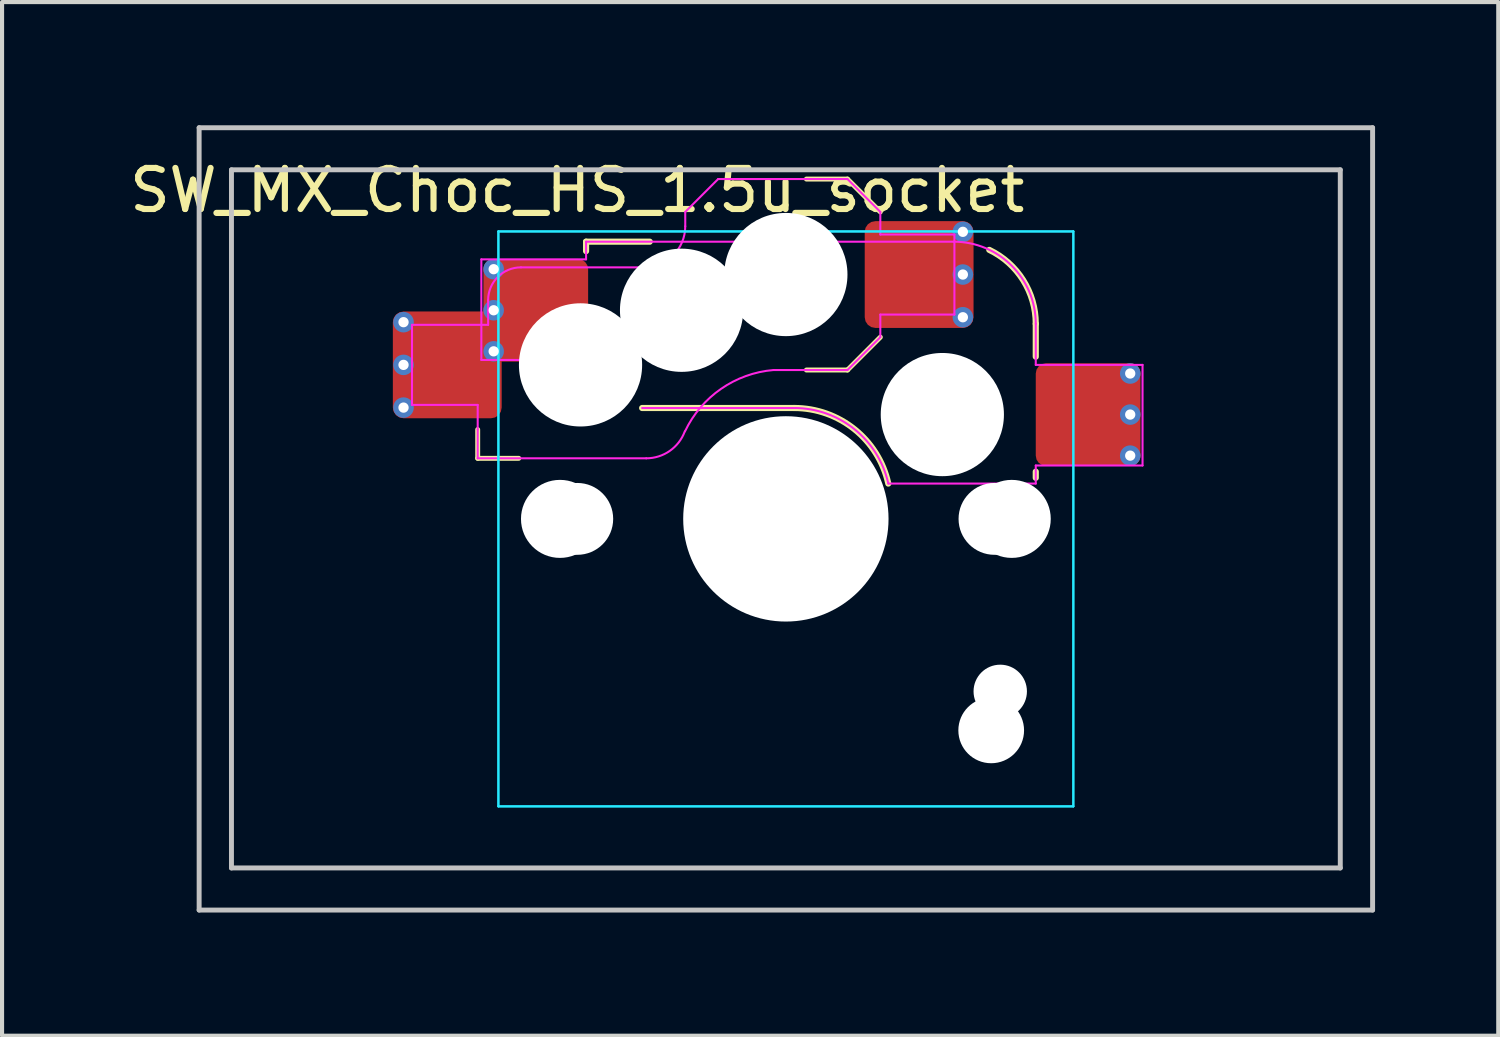
<source format=kicad_pcb>
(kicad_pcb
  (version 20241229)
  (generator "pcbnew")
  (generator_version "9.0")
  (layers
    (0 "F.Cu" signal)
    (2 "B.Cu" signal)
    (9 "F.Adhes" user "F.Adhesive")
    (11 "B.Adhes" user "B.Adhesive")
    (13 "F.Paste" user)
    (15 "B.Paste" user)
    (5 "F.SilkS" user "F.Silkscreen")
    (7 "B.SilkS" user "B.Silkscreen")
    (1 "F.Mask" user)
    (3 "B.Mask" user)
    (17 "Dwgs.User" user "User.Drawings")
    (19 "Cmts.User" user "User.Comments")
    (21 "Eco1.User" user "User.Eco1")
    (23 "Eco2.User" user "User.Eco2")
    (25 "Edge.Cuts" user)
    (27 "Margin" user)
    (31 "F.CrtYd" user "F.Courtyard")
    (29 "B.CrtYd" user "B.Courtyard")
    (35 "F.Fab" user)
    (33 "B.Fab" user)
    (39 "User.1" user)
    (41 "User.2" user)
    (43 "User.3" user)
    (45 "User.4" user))
  (footprint "SW_MX_Choc_HS_1.5u_socket"
    (layer "F.Cu")
    (at 16.086 9.585)
    (property "Reference" "SW_MX_Choc_HS_1.5u_socket" (at -5.08 -8.001 0) (layer "F.SilkS") (effects (font (size 1 1) (thickness 0.15))))
    (attr smd)
    (fp_line (start -7.504 -1.475) (end -7.504 -2.175) (stroke (width 0.12) (type solid)) (layer "F.SilkS"))
    (fp_line (start -7.504 -1.475) (end -6.504 -1.475) (stroke (width 0.12) (type solid)) (layer "F.SilkS"))
    (fp_line (start -4.865 -6.75) (end -4.865 -6.52) (stroke (width 0.15) (type solid)) (layer "F.SilkS"))
    (fp_line (start -3.5 -2.7) (end 0.2 -2.7) (stroke (width 0.15) (type solid)) (layer "F.SilkS"))
    (fp_line (start -3.315 -6.75) (end -4.865 -6.75) (stroke (width 0.15) (type solid)) (layer "F.SilkS"))
    (fp_line (start 1.5 -8.275) (end 0.5 -8.275) (stroke (width 0.12) (type solid)) (layer "F.SilkS"))
    (fp_line (start 1.5 -3.625) (end 0.5 -3.625) (stroke (width 0.12) (type solid)) (layer "F.SilkS"))
    (fp_line (start 1.5 -3.625) (end 2.3 -4.425) (stroke (width 0.12) (type solid)) (layer "F.SilkS"))
    (fp_line (start 2.3 -7.475) (end 1.5 -8.275) (stroke (width 0.12) (type solid)) (layer "F.SilkS"))
    (fp_line (start 6.085 -3.95) (end 6.085 -4.75) (stroke (width 0.15) (type solid)) (layer "F.SilkS"))
    (fp_line (start 6.085 -1.15) (end 6.085 -1) (stroke (width 0.15) (type solid)) (layer "F.SilkS"))
    (fp_arc (start 0.2 -2.70022) (mid 1.670693 -2.183637) (end 2.494322 -0.86022) (stroke (width 0.15) (type solid)) (layer "F.SilkS"))
    (fp_arc (start 4.953219 -6.549999) (mid 5.778661 -5.813297) (end 6.085176 -4.75022) (stroke (width 0.15) (type solid)) (layer "F.SilkS"))
    (fp_line (start -14.287 -9.525) (end 14.287 -9.525) (stroke (width 0.12) (type solid)) (layer "Dwgs.User"))
    (fp_line (start -14.287 9.525) (end -14.287 -9.525) (stroke (width 0.12) (type solid)) (layer "Dwgs.User"))
    (fp_line (start -13.5 -8.5) (end -13.5 8.5) (stroke (width 0.12) (type solid)) (layer "Dwgs.User"))
    (fp_line (start -13.5 8.5) (end 13.5 8.5) (stroke (width 0.12) (type solid)) (layer "Dwgs.User"))
    (fp_line (start 13.5 -8.5) (end -13.5 -8.5) (stroke (width 0.12) (type solid)) (layer "Dwgs.User"))
    (fp_line (start 13.5 8.5) (end 13.5 -8.5) (stroke (width 0.12) (type solid)) (layer "Dwgs.User"))
    (fp_line (start 14.287 -9.525) (end 14.287 9.525) (stroke (width 0.12) (type solid)) (layer "Dwgs.User"))
    (fp_line (start 14.287 9.525) (end -14.287 9.525) (stroke (width 0.12) (type solid)) (layer "Dwgs.User"))
    (fp_line (start -7 -6.5) (end -7 6.5) (stroke (width 0.05) (type solid)) (layer "Eco2.User"))
    (fp_line (start -6.95 -6.45) (end -6.95 6.45) (stroke (width 0.05) (type solid)) (layer "Eco2.User"))
    (fp_line (start -6.5 7) (end 6.5 7) (stroke (width 0.05) (type solid)) (layer "Eco2.User"))
    (fp_line (start -6.45 6.95) (end 6.45 6.95) (stroke (width 0.05) (type solid)) (layer "Eco2.User"))
    (fp_line (start 6.45 -6.95) (end -6.45 -6.95) (stroke (width 0.05) (type solid)) (layer "Eco2.User"))
    (fp_line (start 6.5 -7) (end -6.5 -7) (stroke (width 0.05) (type solid)) (layer "Eco2.User"))
    (fp_line (start 6.95 6.45) (end 6.95 -6.45) (stroke (width 0.05) (type solid)) (layer "Eco2.User"))
    (fp_line (start 7 6.5) (end 7 -6.5) (stroke (width 0.05) (type solid)) (layer "Eco2.User"))
    (fp_arc (start -7 -6.5) (mid -6.853553 -6.853553) (end -6.5 -7) (stroke (width 0.05) (type solid)) (layer "Eco2.User"))
    (fp_arc (start -6.95 -6.45) (mid -6.803553 -6.803553) (end -6.45 -6.95) (stroke (width 0.05) (type solid)) (layer "Eco2.User"))
    (fp_arc (start -6.497236 6.998884) (mid -6.850789 6.852437) (end -6.997236 6.498884) (stroke (width 0.05) (type solid)) (layer "Eco2.User"))
    (fp_arc (start -6.45 6.95) (mid -6.803553 6.803553) (end -6.95 6.45) (stroke (width 0.05) (type solid)) (layer "Eco2.User"))
    (fp_arc (start 6.45 -6.95) (mid 6.803553 -6.803553) (end 6.95 -6.45) (stroke (width 0.05) (type solid)) (layer "Eco2.User"))
    (fp_arc (start 6.5 -7) (mid 6.853553 -6.853553) (end 7 -6.5) (stroke (width 0.05) (type solid)) (layer "Eco2.User"))
    (fp_arc (start 6.95 6.45) (mid 6.803553 6.803553) (end 6.45 6.95) (stroke (width 0.05) (type solid)) (layer "Eco2.User"))
    (fp_arc (start 7 6.5) (mid 6.853553 6.853553) (end 6.5 7) (stroke (width 0.05) (type solid)) (layer "Eco2.User"))
    (fp_line (start -7 -7) (end -7 7) (stroke (width 0.05) (type solid)) (layer "B.CrtYd"))
    (fp_line (start -7 -7) (end 7 -7) (stroke (width 0.05) (type solid)) (layer "B.CrtYd"))
    (fp_line (start -7 7) (end -7 -7) (stroke (width 0.05) (type solid)) (layer "B.CrtYd"))
    (fp_line (start -7 7) (end 7 7) (stroke (width 0.05) (type solid)) (layer "B.CrtYd"))
    (fp_line (start 7 -7) (end -7 -7) (stroke (width 0.05) (type solid)) (layer "B.CrtYd"))
    (fp_line (start 7 -7) (end 7 7) (stroke (width 0.05) (type solid)) (layer "B.CrtYd"))
    (fp_line (start 7 7) (end -7 7) (stroke (width 0.05) (type solid)) (layer "B.CrtYd"))
    (fp_line (start 7 7) (end 7 -7) (stroke (width 0.05) (type solid)) (layer "B.CrtYd"))
    (fp_line (start -9.104 -4.725) (end -9.104 -2.775) (stroke (width 0.05) (type solid)) (layer "F.CrtYd"))
    (fp_line (start -9.104 -2.775) (end -7.504 -2.775) (stroke (width 0.05) (type solid)) (layer "F.CrtYd"))
    (fp_line (start -7.504 -2.175) (end -7.504 -2.775) (stroke (width 0.05) (type solid)) (layer "F.CrtYd"))
    (fp_line (start -7.504 -1.475) (end -7.504 -2.175) (stroke (width 0.05) (type solid)) (layer "F.CrtYd"))
    (fp_line (start -7.504 -1.475) (end -3.4 -1.475) (stroke (width 0.05) (type solid)) (layer "F.CrtYd"))
    (fp_line (start -7.415 -6.32) (end -4.865 -6.32) (stroke (width 0.05) (type solid)) (layer "F.CrtYd"))
    (fp_line (start -7.415 -3.87) (end -7.415 -6.32) (stroke (width 0.05) (type solid)) (layer "F.CrtYd"))
    (fp_line (start -7.25 -5.325) (end -7.25 -4.725) (stroke (width 0.05) (type solid)) (layer "F.CrtYd"))
    (fp_line (start -7.25 -4.725) (end -9.104 -4.725) (stroke (width 0.05) (type solid)) (layer "F.CrtYd"))
    (fp_line (start -4.865 -6.75) (end -4.865 -6.32) (stroke (width 0.05) (type solid)) (layer "F.CrtYd"))
    (fp_line (start -4.865 -3.87) (end -7.415 -3.87) (stroke (width 0.05) (type solid)) (layer "F.CrtYd"))
    (fp_line (start -4.865 -3.87) (end -4.865 -2.7) (stroke (width 0.05) (type solid)) (layer "F.CrtYd"))
    (fp_line (start -3.5 -2.7) (end 0.2 -2.7) (stroke (width 0.05) (type solid)) (layer "F.CrtYd"))
    (fp_line (start -3.45 -6.125) (end -6.45 -6.125) (stroke (width 0.05) (type solid)) (layer "F.CrtYd"))
    (fp_line (start -2.45 -7.475) (end -2.45 -7.125) (stroke (width 0.05) (type solid)) (layer "F.CrtYd"))
    (fp_line (start -2.45 -7.475) (end -1.65 -8.275) (stroke (width 0.05) (type solid)) (layer "F.CrtYd"))
    (fp_line (start 1.5 -8.275) (end -1.65 -8.275) (stroke (width 0.05) (type solid)) (layer "F.CrtYd"))
    (fp_line (start 1.5 -3.625) (end -0.3 -3.625) (stroke (width 0.05) (type solid)) (layer "F.CrtYd"))
    (fp_line (start 1.5 -3.625) (end 2.3 -4.425) (stroke (width 0.05) (type solid)) (layer "F.CrtYd"))
    (fp_line (start 2.3 -7.475) (end 1.5 -8.275) (stroke (width 0.05) (type solid)) (layer "F.CrtYd"))
    (fp_line (start 2.3 -7.475) (end 2.3 -6.925) (stroke (width 0.05) (type solid)) (layer "F.CrtYd"))
    (fp_line (start 2.3 -4.975) (end 2.3 -4.425) (stroke (width 0.05) (type solid)) (layer "F.CrtYd"))
    (fp_line (start 4.085 -6.75) (end -4.865 -6.75) (stroke (width 0.05) (type solid)) (layer "F.CrtYd"))
    (fp_line (start 4.104 -6.925) (end 2.3 -6.925) (stroke (width 0.05) (type solid)) (layer "F.CrtYd"))
    (fp_line (start 4.104 -4.975) (end 2.3 -4.975) (stroke (width 0.05) (type solid)) (layer "F.CrtYd"))
    (fp_line (start 4.104 -4.975) (end 4.104 -6.925) (stroke (width 0.05) (type solid)) (layer "F.CrtYd"))
    (fp_line (start 6.085 -3.75) (end 6.085 -4.75) (stroke (width 0.05) (type solid)) (layer "F.CrtYd"))
    (fp_line (start 6.085 -3.75) (end 8.685 -3.75) (stroke (width 0.05) (type solid)) (layer "F.CrtYd"))
    (fp_line (start 6.085 -1.3) (end 6.085 -0.86) (stroke (width 0.05) (type solid)) (layer "F.CrtYd"))
    (fp_line (start 6.085 -0.86) (end 2.494 -0.86) (stroke (width 0.05) (type solid)) (layer "F.CrtYd"))
    (fp_line (start 8.685 -3.75) (end 8.685 -1.3) (stroke (width 0.05) (type solid)) (layer "F.CrtYd"))
    (fp_line (start 8.685 -1.3) (end 6.085 -1.3) (stroke (width 0.05) (type solid)) (layer "F.CrtYd"))
    (fp_arc (start -7.25 -5.325) (mid -7.015685 -5.890685) (end -6.45 -6.125) (stroke (width 0.05) (type solid)) (layer "F.CrtYd"))
    (fp_arc (start -2.460307 -2.13298) (mid -2.826423 -1.655848) (end -3.4 -1.475) (stroke (width 0.05) (type solid)) (layer "F.CrtYd"))
    (fp_arc (start -2.455444 -2.13293) (mid -1.577272 -3.167235) (end -0.299999 -3.624999) (stroke (width 0.05) (type solid)) (layer "F.CrtYd"))
    (fp_arc (start -2.45 -7.125) (mid -2.742893 -6.417893) (end -3.45 -6.125) (stroke (width 0.05) (type solid)) (layer "F.CrtYd"))
    (fp_arc (start 0.2 -2.70022) (mid 1.670503 -2.183399) (end 2.494322 -0.86022) (stroke (width 0.05) (type solid)) (layer "F.CrtYd"))
    (fp_arc (start 4.085176 -6.75022) (mid 5.49939 -6.164434) (end 6.085176 -4.75022) (stroke (width 0.05) (type solid)) (layer "F.CrtYd"))
    (pad "" np_thru_hole circle (at -5.5 0) (size 1.9 1.9) (drill 1.9) (layers "*.Cu" "*.Mask"))
    (pad "" np_thru_hole circle (at -5.08 0) (size 1.75 1.75) (drill 1.75) (layers "*.Cu" "*.Mask"))
    (pad "" np_thru_hole circle (at -5 -3.75 180) (size 3 3) (drill 3) (layers "*.Cu" "*.Mask"))
    (pad "" np_thru_hole circle (at -2.54 -5.08) (size 3 3) (drill 3) (layers "*.Cu" "*.Mask"))
    (pad "" np_thru_hole circle (at 0 -5.95 180) (size 3 3) (drill 3) (layers "*.Cu" "*.Mask"))
    (pad "" np_thru_hole circle (at 0 0) (size 5 5) (drill 5) (layers "*.Cu" "*.Mask"))
    (pad "" np_thru_hole circle (at 3.81 -2.54) (size 3 3) (drill 3) (layers "*.Cu" "*.Mask"))
    (pad "" np_thru_hole circle (at 5 5.15) (size 1.6 1.6) (drill 1.6) (layers "*.Cu" "*.Mask"))
    (pad "" np_thru_hole circle (at 5.08 0) (size 1.75 1.75) (drill 1.75) (layers "*.Cu" "*.Mask"))
    (pad "" np_thru_hole circle (at 5.22 4.2) (size 1.3 1.3) (drill 1.3) (layers "*.Cu" "*.Mask"))
    (pad "" np_thru_hole circle (at 5.5 0) (size 1.9 1.9) (drill 1.9) (layers "*.Cu" "*.Mask"))
    (pad "1" thru_hole circle (at -9.31 -4.79) (size 0.5 0.5) (drill 0.25) (layers "*.Cu"))
    (pad "1" thru_hole circle (at -9.31 -3.75) (size 0.5 0.5) (drill 0.25) (layers "*.Cu"))
    (pad "1" thru_hole circle (at -9.31 -2.71) (size 0.5 0.5) (drill 0.25) (layers "*.Cu"))
    (pad "1" smd roundrect (at -8.245 -3.75 180) (size 2.65 2.6) (layers "F.Cu" "F.Mask" "F.Paste") (roundrect_rratio 0.1))
    (pad "1" thru_hole circle (at -7.115 -6.08) (size 0.5 0.5) (drill 0.25) (layers "*.Cu"))
    (pad "1" thru_hole circle (at -7.115 -5.08) (size 0.5 0.5) (drill 0.25) (layers "*.Cu"))
    (pad "1" thru_hole circle (at -7.115 -4.08) (size 0.5 0.5) (drill 0.25) (layers "*.Cu"))
    (pad "1" smd roundrect (at -6.09 -5.08) (size 2.55 2.5) (layers "F.Cu" "F.Mask" "F.Paste") (roundrect_rratio 0.1))
    (pad "2" smd roundrect (at 3.245 -5.95 180) (size 2.65 2.6) (layers "F.Cu" "F.Mask" "F.Paste") (roundrect_rratio 0.1))
    (pad "2" thru_hole circle (at 4.31 -6.99) (size 0.5 0.5) (drill 0.25) (layers "*.Cu"))
    (pad "2" thru_hole circle (at 4.31 -5.95) (size 0.5 0.5) (drill 0.25) (layers "*.Cu"))
    (pad "2" thru_hole circle (at 4.31 -4.91) (size 0.5 0.5) (drill 0.25) (layers "*.Cu"))
    (pad "2" smd roundrect (at 7.36 -2.54) (size 2.55 2.5) (layers "F.Cu" "F.Mask" "F.Paste") (roundrect_rratio 0.1))
    (pad "2" thru_hole circle (at 8.385 -3.54) (size 0.5 0.5) (drill 0.25) (layers "*.Cu"))
    (pad "2" thru_hole circle (at 8.385 -2.54) (size 0.5 0.5) (drill 0.25) (layers "*.Cu"))
    (pad "2" thru_hole circle (at 8.385 -1.54) (size 0.5 0.5) (drill 0.25) (layers "*.Cu")))
  (gr_rect
    (start -3 -3)
    (end 33.433 22.17)
    (stroke (width 0.1) (type default))
    (fill no)
    (layer "Edge.Cuts")))
</source>
